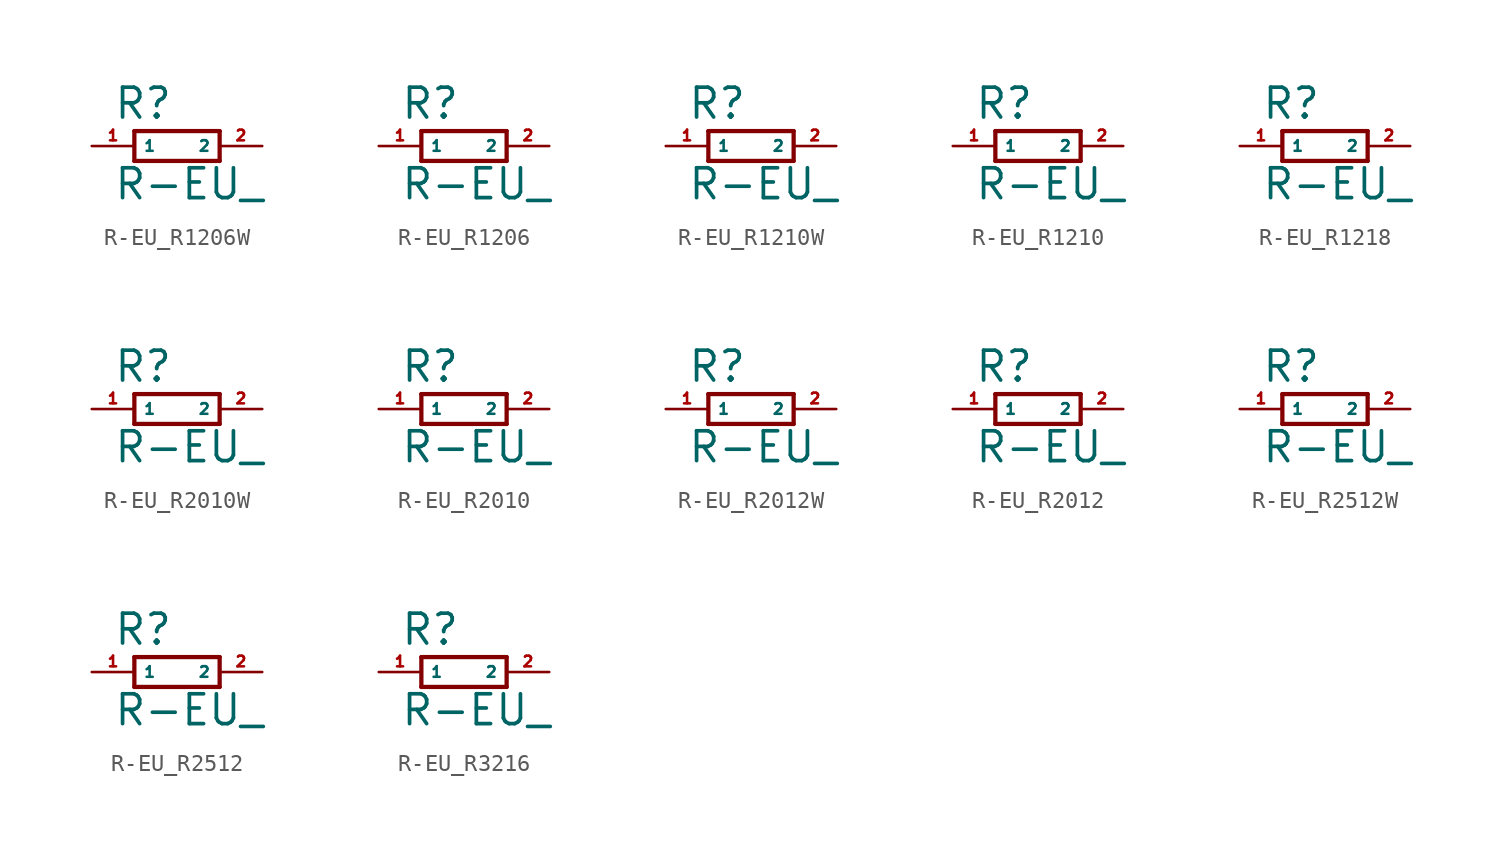
<source format=kicad_sym>
(kicad_symbol_lib
  (version 20220914)
  (generator Eagle2Kicad)
  (symbol "R-EU_R1206W"
    (property "Reference" "R"
      (at -3.81 1.499 0)
      (effects (font (size 1.778 1.778) (thickness 0.22)) (justify left bottom)))
    (property "Value" "R-EU_"
      (at -3.81 -3.302 0)
      (effects (font (size 1.778 1.778) (thickness 0.22)) (justify left bottom)))
    (polyline
      (pts (xy -2.54 -0.889) (xy 2.54 -0.889))
      (stroke (width 0.254) (type default))
      (fill (type none)))
    (polyline
      (pts (xy 2.54 0.889) (xy -2.54 0.889))
      (stroke (width 0.254) (type default))
      (fill (type none)))
    (polyline
      (pts (xy 2.54 -0.889) (xy 2.54 0.889))
      (stroke (width 0.254) (type default))
      (fill (type none)))
    (polyline
      (pts (xy -2.54 -0.889) (xy -2.54 0.889))
      (stroke (width 0.254) (type default))
      (fill (type none)))
    (pin passive line
      (at 5.08 0 180)
      (length 2.54)
      (name "2" (effects (font (size 0.635 0.635) (thickness 0.08)) (justify left bottom)))
      (number "2" (effects (font (size 0.635 0.635) (thickness 0.08)) (justify left bottom))))
    (pin passive line
      (at -5.08 0 0)
      (length 2.54)
      (name "1" (effects (font (size 0.635 0.635) (thickness 0.08)) (justify left bottom)))
      (number "1" (effects (font (size 0.635 0.635) (thickness 0.08)) (justify left bottom)))))
  (symbol "R-EU_R1206"
    (property "Reference" "R"
      (at -3.81 1.499 0)
      (effects (font (size 1.778 1.778) (thickness 0.22)) (justify left bottom)))
    (property "Value" "R-EU_"
      (at -3.81 -3.302 0)
      (effects (font (size 1.778 1.778) (thickness 0.22)) (justify left bottom)))
    (polyline
      (pts (xy -2.54 -0.889) (xy 2.54 -0.889))
      (stroke (width 0.254) (type default))
      (fill (type none)))
    (polyline
      (pts (xy 2.54 0.889) (xy -2.54 0.889))
      (stroke (width 0.254) (type default))
      (fill (type none)))
    (polyline
      (pts (xy 2.54 -0.889) (xy 2.54 0.889))
      (stroke (width 0.254) (type default))
      (fill (type none)))
    (polyline
      (pts (xy -2.54 -0.889) (xy -2.54 0.889))
      (stroke (width 0.254) (type default))
      (fill (type none)))
    (pin passive line
      (at 5.08 0 180)
      (length 2.54)
      (name "2" (effects (font (size 0.635 0.635) (thickness 0.08)) (justify left bottom)))
      (number "2" (effects (font (size 0.635 0.635) (thickness 0.08)) (justify left bottom))))
    (pin passive line
      (at -5.08 0 0)
      (length 2.54)
      (name "1" (effects (font (size 0.635 0.635) (thickness 0.08)) (justify left bottom)))
      (number "1" (effects (font (size 0.635 0.635) (thickness 0.08)) (justify left bottom)))))
  (symbol "R-EU_R1210W"
    (property "Reference" "R"
      (at -3.81 1.499 0)
      (effects (font (size 1.778 1.778) (thickness 0.22)) (justify left bottom)))
    (property "Value" "R-EU_"
      (at -3.81 -3.302 0)
      (effects (font (size 1.778 1.778) (thickness 0.22)) (justify left bottom)))
    (polyline
      (pts (xy -2.54 -0.889) (xy 2.54 -0.889))
      (stroke (width 0.254) (type default))
      (fill (type none)))
    (polyline
      (pts (xy 2.54 0.889) (xy -2.54 0.889))
      (stroke (width 0.254) (type default))
      (fill (type none)))
    (polyline
      (pts (xy 2.54 -0.889) (xy 2.54 0.889))
      (stroke (width 0.254) (type default))
      (fill (type none)))
    (polyline
      (pts (xy -2.54 -0.889) (xy -2.54 0.889))
      (stroke (width 0.254) (type default))
      (fill (type none)))
    (pin passive line
      (at 5.08 0 180)
      (length 2.54)
      (name "2" (effects (font (size 0.635 0.635) (thickness 0.08)) (justify left bottom)))
      (number "2" (effects (font (size 0.635 0.635) (thickness 0.08)) (justify left bottom))))
    (pin passive line
      (at -5.08 0 0)
      (length 2.54)
      (name "1" (effects (font (size 0.635 0.635) (thickness 0.08)) (justify left bottom)))
      (number "1" (effects (font (size 0.635 0.635) (thickness 0.08)) (justify left bottom)))))
  (symbol "R-EU_R1210"
    (property "Reference" "R"
      (at -3.81 1.499 0)
      (effects (font (size 1.778 1.778) (thickness 0.22)) (justify left bottom)))
    (property "Value" "R-EU_"
      (at -3.81 -3.302 0)
      (effects (font (size 1.778 1.778) (thickness 0.22)) (justify left bottom)))
    (polyline
      (pts (xy -2.54 -0.889) (xy 2.54 -0.889))
      (stroke (width 0.254) (type default))
      (fill (type none)))
    (polyline
      (pts (xy 2.54 0.889) (xy -2.54 0.889))
      (stroke (width 0.254) (type default))
      (fill (type none)))
    (polyline
      (pts (xy 2.54 -0.889) (xy 2.54 0.889))
      (stroke (width 0.254) (type default))
      (fill (type none)))
    (polyline
      (pts (xy -2.54 -0.889) (xy -2.54 0.889))
      (stroke (width 0.254) (type default))
      (fill (type none)))
    (pin passive line
      (at 5.08 0 180)
      (length 2.54)
      (name "2" (effects (font (size 0.635 0.635) (thickness 0.08)) (justify left bottom)))
      (number "2" (effects (font (size 0.635 0.635) (thickness 0.08)) (justify left bottom))))
    (pin passive line
      (at -5.08 0 0)
      (length 2.54)
      (name "1" (effects (font (size 0.635 0.635) (thickness 0.08)) (justify left bottom)))
      (number "1" (effects (font (size 0.635 0.635) (thickness 0.08)) (justify left bottom)))))
  (symbol "R-EU_R1218"
    (property "Reference" "R"
      (at -3.81 1.499 0)
      (effects (font (size 1.778 1.778) (thickness 0.22)) (justify left bottom)))
    (property "Value" "R-EU_"
      (at -3.81 -3.302 0)
      (effects (font (size 1.778 1.778) (thickness 0.22)) (justify left bottom)))
    (polyline
      (pts (xy -2.54 -0.889) (xy 2.54 -0.889))
      (stroke (width 0.254) (type default))
      (fill (type none)))
    (polyline
      (pts (xy 2.54 0.889) (xy -2.54 0.889))
      (stroke (width 0.254) (type default))
      (fill (type none)))
    (polyline
      (pts (xy 2.54 -0.889) (xy 2.54 0.889))
      (stroke (width 0.254) (type default))
      (fill (type none)))
    (polyline
      (pts (xy -2.54 -0.889) (xy -2.54 0.889))
      (stroke (width 0.254) (type default))
      (fill (type none)))
    (pin passive line
      (at 5.08 0 180)
      (length 2.54)
      (name "2" (effects (font (size 0.635 0.635) (thickness 0.08)) (justify left bottom)))
      (number "2" (effects (font (size 0.635 0.635) (thickness 0.08)) (justify left bottom))))
    (pin passive line
      (at -5.08 0 0)
      (length 2.54)
      (name "1" (effects (font (size 0.635 0.635) (thickness 0.08)) (justify left bottom)))
      (number "1" (effects (font (size 0.635 0.635) (thickness 0.08)) (justify left bottom)))))
  (symbol "R-EU_R2010W"
    (property "Reference" "R"
      (at -3.81 1.499 0)
      (effects (font (size 1.778 1.778) (thickness 0.22)) (justify left bottom)))
    (property "Value" "R-EU_"
      (at -3.81 -3.302 0)
      (effects (font (size 1.778 1.778) (thickness 0.22)) (justify left bottom)))
    (polyline
      (pts (xy -2.54 -0.889) (xy 2.54 -0.889))
      (stroke (width 0.254) (type default))
      (fill (type none)))
    (polyline
      (pts (xy 2.54 0.889) (xy -2.54 0.889))
      (stroke (width 0.254) (type default))
      (fill (type none)))
    (polyline
      (pts (xy 2.54 -0.889) (xy 2.54 0.889))
      (stroke (width 0.254) (type default))
      (fill (type none)))
    (polyline
      (pts (xy -2.54 -0.889) (xy -2.54 0.889))
      (stroke (width 0.254) (type default))
      (fill (type none)))
    (pin passive line
      (at 5.08 0 180)
      (length 2.54)
      (name "2" (effects (font (size 0.635 0.635) (thickness 0.08)) (justify left bottom)))
      (number "2" (effects (font (size 0.635 0.635) (thickness 0.08)) (justify left bottom))))
    (pin passive line
      (at -5.08 0 0)
      (length 2.54)
      (name "1" (effects (font (size 0.635 0.635) (thickness 0.08)) (justify left bottom)))
      (number "1" (effects (font (size 0.635 0.635) (thickness 0.08)) (justify left bottom)))))
  (symbol "R-EU_R2010"
    (property "Reference" "R"
      (at -3.81 1.499 0)
      (effects (font (size 1.778 1.778) (thickness 0.22)) (justify left bottom)))
    (property "Value" "R-EU_"
      (at -3.81 -3.302 0)
      (effects (font (size 1.778 1.778) (thickness 0.22)) (justify left bottom)))
    (polyline
      (pts (xy -2.54 -0.889) (xy 2.54 -0.889))
      (stroke (width 0.254) (type default))
      (fill (type none)))
    (polyline
      (pts (xy 2.54 0.889) (xy -2.54 0.889))
      (stroke (width 0.254) (type default))
      (fill (type none)))
    (polyline
      (pts (xy 2.54 -0.889) (xy 2.54 0.889))
      (stroke (width 0.254) (type default))
      (fill (type none)))
    (polyline
      (pts (xy -2.54 -0.889) (xy -2.54 0.889))
      (stroke (width 0.254) (type default))
      (fill (type none)))
    (pin passive line
      (at 5.08 0 180)
      (length 2.54)
      (name "2" (effects (font (size 0.635 0.635) (thickness 0.08)) (justify left bottom)))
      (number "2" (effects (font (size 0.635 0.635) (thickness 0.08)) (justify left bottom))))
    (pin passive line
      (at -5.08 0 0)
      (length 2.54)
      (name "1" (effects (font (size 0.635 0.635) (thickness 0.08)) (justify left bottom)))
      (number "1" (effects (font (size 0.635 0.635) (thickness 0.08)) (justify left bottom)))))
  (symbol "R-EU_R2012W"
    (property "Reference" "R"
      (at -3.81 1.499 0)
      (effects (font (size 1.778 1.778) (thickness 0.22)) (justify left bottom)))
    (property "Value" "R-EU_"
      (at -3.81 -3.302 0)
      (effects (font (size 1.778 1.778) (thickness 0.22)) (justify left bottom)))
    (polyline
      (pts (xy -2.54 -0.889) (xy 2.54 -0.889))
      (stroke (width 0.254) (type default))
      (fill (type none)))
    (polyline
      (pts (xy 2.54 0.889) (xy -2.54 0.889))
      (stroke (width 0.254) (type default))
      (fill (type none)))
    (polyline
      (pts (xy 2.54 -0.889) (xy 2.54 0.889))
      (stroke (width 0.254) (type default))
      (fill (type none)))
    (polyline
      (pts (xy -2.54 -0.889) (xy -2.54 0.889))
      (stroke (width 0.254) (type default))
      (fill (type none)))
    (pin passive line
      (at 5.08 0 180)
      (length 2.54)
      (name "2" (effects (font (size 0.635 0.635) (thickness 0.08)) (justify left bottom)))
      (number "2" (effects (font (size 0.635 0.635) (thickness 0.08)) (justify left bottom))))
    (pin passive line
      (at -5.08 0 0)
      (length 2.54)
      (name "1" (effects (font (size 0.635 0.635) (thickness 0.08)) (justify left bottom)))
      (number "1" (effects (font (size 0.635 0.635) (thickness 0.08)) (justify left bottom)))))
  (symbol "R-EU_R2012"
    (property "Reference" "R"
      (at -3.81 1.499 0)
      (effects (font (size 1.778 1.778) (thickness 0.22)) (justify left bottom)))
    (property "Value" "R-EU_"
      (at -3.81 -3.302 0)
      (effects (font (size 1.778 1.778) (thickness 0.22)) (justify left bottom)))
    (polyline
      (pts (xy -2.54 -0.889) (xy 2.54 -0.889))
      (stroke (width 0.254) (type default))
      (fill (type none)))
    (polyline
      (pts (xy 2.54 0.889) (xy -2.54 0.889))
      (stroke (width 0.254) (type default))
      (fill (type none)))
    (polyline
      (pts (xy 2.54 -0.889) (xy 2.54 0.889))
      (stroke (width 0.254) (type default))
      (fill (type none)))
    (polyline
      (pts (xy -2.54 -0.889) (xy -2.54 0.889))
      (stroke (width 0.254) (type default))
      (fill (type none)))
    (pin passive line
      (at 5.08 0 180)
      (length 2.54)
      (name "2" (effects (font (size 0.635 0.635) (thickness 0.08)) (justify left bottom)))
      (number "2" (effects (font (size 0.635 0.635) (thickness 0.08)) (justify left bottom))))
    (pin passive line
      (at -5.08 0 0)
      (length 2.54)
      (name "1" (effects (font (size 0.635 0.635) (thickness 0.08)) (justify left bottom)))
      (number "1" (effects (font (size 0.635 0.635) (thickness 0.08)) (justify left bottom)))))
  (symbol "R-EU_R2512W"
    (property "Reference" "R"
      (at -3.81 1.499 0)
      (effects (font (size 1.778 1.778) (thickness 0.22)) (justify left bottom)))
    (property "Value" "R-EU_"
      (at -3.81 -3.302 0)
      (effects (font (size 1.778 1.778) (thickness 0.22)) (justify left bottom)))
    (polyline
      (pts (xy -2.54 -0.889) (xy 2.54 -0.889))
      (stroke (width 0.254) (type default))
      (fill (type none)))
    (polyline
      (pts (xy 2.54 0.889) (xy -2.54 0.889))
      (stroke (width 0.254) (type default))
      (fill (type none)))
    (polyline
      (pts (xy 2.54 -0.889) (xy 2.54 0.889))
      (stroke (width 0.254) (type default))
      (fill (type none)))
    (polyline
      (pts (xy -2.54 -0.889) (xy -2.54 0.889))
      (stroke (width 0.254) (type default))
      (fill (type none)))
    (pin passive line
      (at 5.08 0 180)
      (length 2.54)
      (name "2" (effects (font (size 0.635 0.635) (thickness 0.08)) (justify left bottom)))
      (number "2" (effects (font (size 0.635 0.635) (thickness 0.08)) (justify left bottom))))
    (pin passive line
      (at -5.08 0 0)
      (length 2.54)
      (name "1" (effects (font (size 0.635 0.635) (thickness 0.08)) (justify left bottom)))
      (number "1" (effects (font (size 0.635 0.635) (thickness 0.08)) (justify left bottom)))))
  (symbol "R-EU_R2512"
    (property "Reference" "R"
      (at -3.81 1.499 0)
      (effects (font (size 1.778 1.778) (thickness 0.22)) (justify left bottom)))
    (property "Value" "R-EU_"
      (at -3.81 -3.302 0)
      (effects (font (size 1.778 1.778) (thickness 0.22)) (justify left bottom)))
    (polyline
      (pts (xy -2.54 -0.889) (xy 2.54 -0.889))
      (stroke (width 0.254) (type default))
      (fill (type none)))
    (polyline
      (pts (xy 2.54 0.889) (xy -2.54 0.889))
      (stroke (width 0.254) (type default))
      (fill (type none)))
    (polyline
      (pts (xy 2.54 -0.889) (xy 2.54 0.889))
      (stroke (width 0.254) (type default))
      (fill (type none)))
    (polyline
      (pts (xy -2.54 -0.889) (xy -2.54 0.889))
      (stroke (width 0.254) (type default))
      (fill (type none)))
    (pin passive line
      (at 5.08 0 180)
      (length 2.54)
      (name "2" (effects (font (size 0.635 0.635) (thickness 0.08)) (justify left bottom)))
      (number "2" (effects (font (size 0.635 0.635) (thickness 0.08)) (justify left bottom))))
    (pin passive line
      (at -5.08 0 0)
      (length 2.54)
      (name "1" (effects (font (size 0.635 0.635) (thickness 0.08)) (justify left bottom)))
      (number "1" (effects (font (size 0.635 0.635) (thickness 0.08)) (justify left bottom)))))
  (symbol "R-EU_R3216"
    (property "Reference" "R"
      (at -3.81 1.499 0)
      (effects (font (size 1.778 1.778) (thickness 0.22)) (justify left bottom)))
    (property "Value" "R-EU_"
      (at -3.81 -3.302 0)
      (effects (font (size 1.778 1.778) (thickness 0.22)) (justify left bottom)))
    (polyline
      (pts (xy -2.54 -0.889) (xy 2.54 -0.889))
      (stroke (width 0.254) (type default))
      (fill (type none)))
    (polyline
      (pts (xy 2.54 0.889) (xy -2.54 0.889))
      (stroke (width 0.254) (type default))
      (fill (type none)))
    (polyline
      (pts (xy 2.54 -0.889) (xy 2.54 0.889))
      (stroke (width 0.254) (type default))
      (fill (type none)))
    (polyline
      (pts (xy -2.54 -0.889) (xy -2.54 0.889))
      (stroke (width 0.254) (type default))
      (fill (type none)))
    (pin passive line
      (at 5.08 0 180)
      (length 2.54)
      (name "2" (effects (font (size 0.635 0.635) (thickness 0.08)) (justify left bottom)))
      (number "2" (effects (font (size 0.635 0.635) (thickness 0.08)) (justify left bottom))))
    (pin passive line
      (at -5.08 0 0)
      (length 2.54)
      (name "1" (effects (font (size 0.635 0.635) (thickness 0.08)) (justify left bottom)))
      (number "1" (effects (font (size 0.635 0.635) (thickness 0.08)) (justify left bottom))))))
</source>
